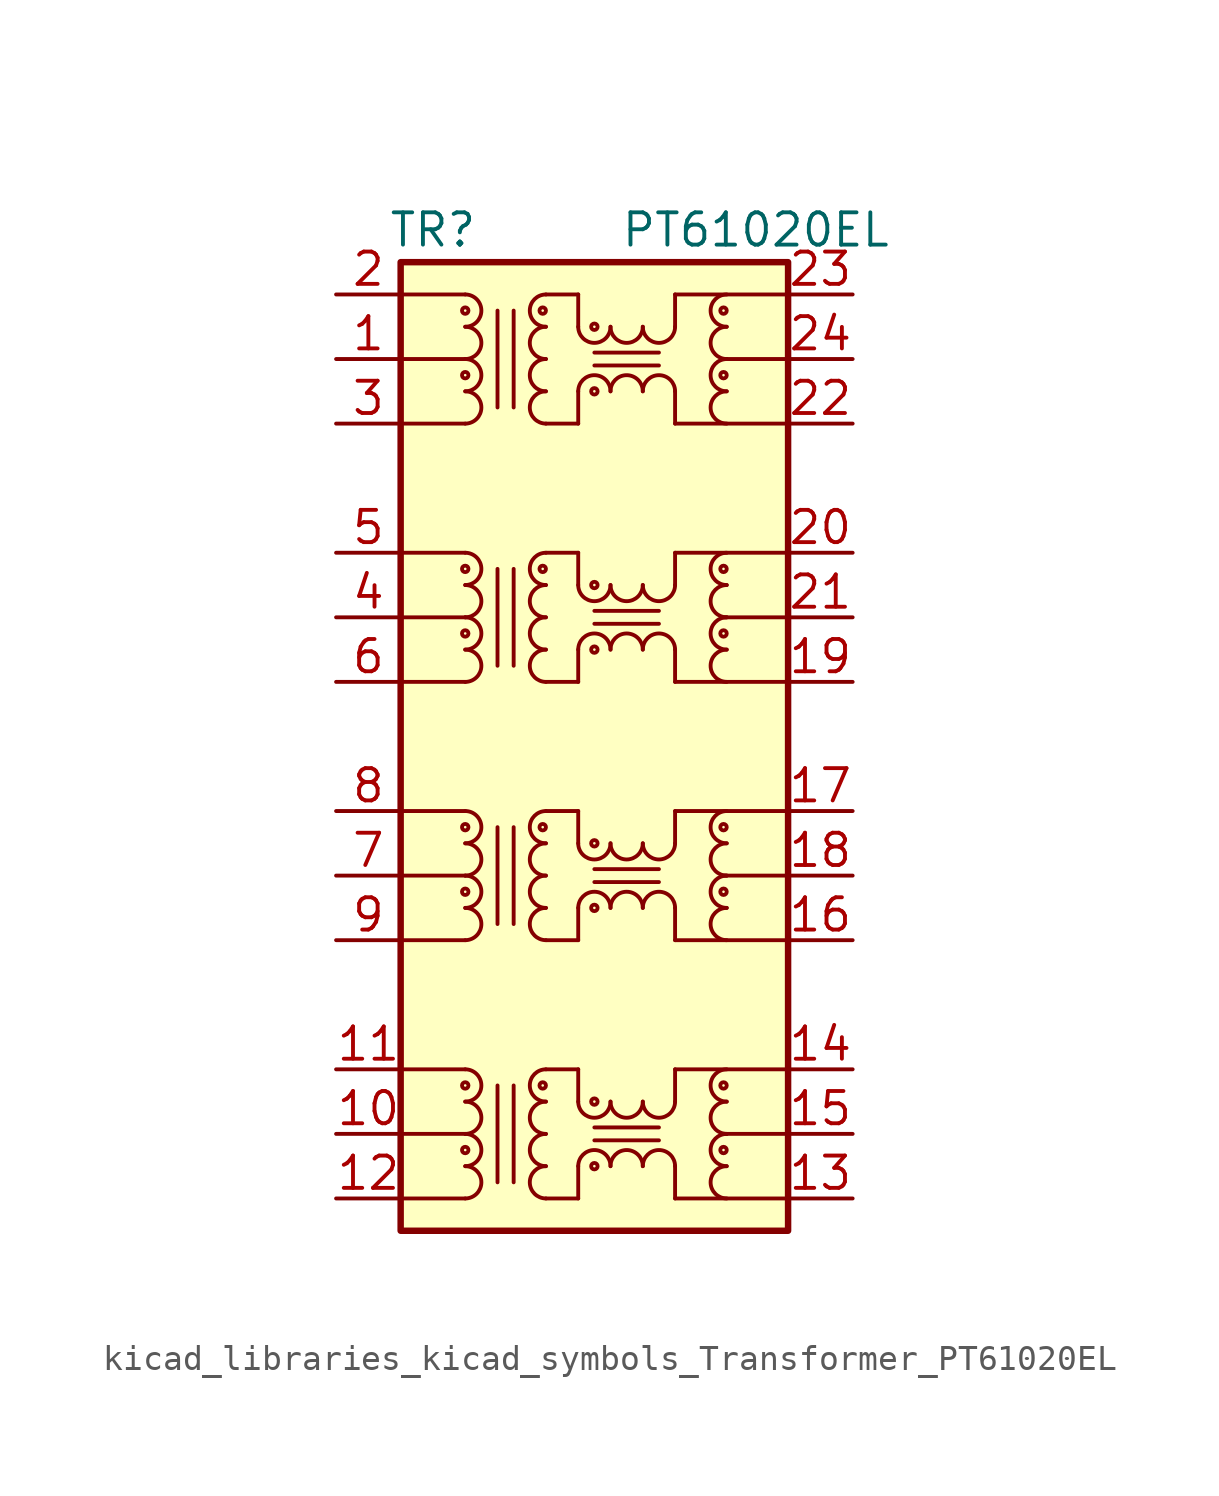
<source format=kicad_sym>
(kicad_symbol_lib
  (version 20220914)
  (generator kicad_symbol_editor)
  (symbol "kicad_libraries_kicad_symbols_Transformer_PT61020EL"
    (pin_names hide)
    (property "Reference" "TR"
      (at -6.35 20.32 0)
      (effects (font (size 1.27 1.27))))
    (property "Value" "PT61020EL"
      (at 6.35 20.32 0)
      (effects (font (size 1.27 1.27))))
    (symbol "kicad_libraries_kicad_symbols_Transformer_PT61020EL_0_1"
      (rectangle (start -7.62 19.05) (end 7.62 -19.05) (stroke (width 0.254) (type default)) (fill (type background)))
      (polyline (pts (xy -7.62 -17.78) (xy -5.08 -17.78)) (stroke (width 0) (type default)) (fill (type none)))
      (polyline (pts (xy -7.62 -15.24) (xy -5.08 -15.24)) (stroke (width 0) (type default)) (fill (type none)))
      (polyline (pts (xy -7.62 -12.7) (xy -5.08 -12.7)) (stroke (width 0) (type default)) (fill (type none)))
      (polyline (pts (xy -7.62 -7.62) (xy -5.08 -7.62)) (stroke (width 0) (type default)) (fill (type none)))
      (polyline (pts (xy -7.62 -5.08) (xy -5.08 -5.08)) (stroke (width 0) (type default)) (fill (type none)))
      (polyline (pts (xy -7.62 -2.54) (xy -5.08 -2.54)) (stroke (width 0) (type default)) (fill (type none)))
      (polyline (pts (xy -7.62 2.54) (xy -5.08 2.54)) (stroke (width 0) (type default)) (fill (type none)))
      (polyline (pts (xy -7.62 5.08) (xy -5.08 5.08)) (stroke (width 0) (type default)) (fill (type none)))
      (polyline (pts (xy -7.62 7.62) (xy -5.08 7.62)) (stroke (width 0) (type default)) (fill (type none)))
      (polyline (pts (xy -7.62 12.7) (xy -5.08 12.7)) (stroke (width 0) (type default)) (fill (type none)))
      (polyline (pts (xy -7.62 15.24) (xy -5.08 15.24)) (stroke (width 0) (type default)) (fill (type none)))
      (polyline (pts (xy -7.62 17.78) (xy -5.08 17.78)) (stroke (width 0) (type default)) (fill (type none)))
      (polyline (pts (xy -1.905 -17.78) (xy -0.635 -17.78)) (stroke (width 0) (type default)) (fill (type none)))
      (polyline (pts (xy -1.905 -12.7) (xy -0.635 -12.7)) (stroke (width 0) (type default)) (fill (type none)))
      (polyline (pts (xy -1.905 -7.62) (xy -0.635 -7.62)) (stroke (width 0) (type default)) (fill (type none)))
      (polyline (pts (xy -1.905 -2.54) (xy -0.635 -2.54)) (stroke (width 0) (type default)) (fill (type none)))
      (polyline (pts (xy -1.905 2.54) (xy -0.635 2.54)) (stroke (width 0) (type default)) (fill (type none)))
      (polyline (pts (xy -1.905 7.62) (xy -0.635 7.62)) (stroke (width 0) (type default)) (fill (type none)))
      (polyline (pts (xy -1.905 12.7) (xy -0.635 12.7)) (stroke (width 0) (type default)) (fill (type none)))
      (polyline (pts (xy -1.905 17.78) (xy -0.635 17.78)) (stroke (width 0) (type default)) (fill (type none)))
      (polyline (pts (xy -0.635 -16.51) (xy -0.635 -17.78)) (stroke (width 0) (type default)) (fill (type none)))
      (polyline (pts (xy -0.635 -12.7) (xy -0.635 -13.97)) (stroke (width 0) (type default)) (fill (type none)))
      (polyline (pts (xy -0.635 -6.35) (xy -0.635 -7.62)) (stroke (width 0) (type default)) (fill (type none)))
      (polyline (pts (xy -0.635 -2.54) (xy -0.635 -3.81)) (stroke (width 0) (type default)) (fill (type none)))
      (polyline (pts (xy -0.635 3.81) (xy -0.635 2.54)) (stroke (width 0) (type default)) (fill (type none)))
      (polyline (pts (xy -0.635 7.62) (xy -0.635 6.35)) (stroke (width 0) (type default)) (fill (type none)))
      (polyline (pts (xy -0.635 13.97) (xy -0.635 12.7)) (stroke (width 0) (type default)) (fill (type none)))
      (polyline (pts (xy -0.635 17.78) (xy -0.635 16.51)) (stroke (width 0) (type default)) (fill (type none)))
      (polyline (pts (xy 3.175 -17.78) (xy 3.175 -16.51)) (stroke (width 0) (type default)) (fill (type none)))
      (polyline (pts (xy 3.175 -17.78) (xy 7.62 -17.78)) (stroke (width 0) (type default)) (fill (type none)))
      (polyline (pts (xy 3.175 -13.97) (xy 3.175 -12.7)) (stroke (width 0) (type default)) (fill (type none)))
      (polyline (pts (xy 3.175 -12.7) (xy 7.62 -12.7)) (stroke (width 0) (type default)) (fill (type none)))
      (polyline (pts (xy 3.175 -7.62) (xy 3.175 -6.35)) (stroke (width 0) (type default)) (fill (type none)))
      (polyline (pts (xy 3.175 -7.62) (xy 7.62 -7.62)) (stroke (width 0) (type default)) (fill (type none)))
      (polyline (pts (xy 3.175 -3.81) (xy 3.175 -2.54)) (stroke (width 0) (type default)) (fill (type none)))
      (polyline (pts (xy 3.175 -2.54) (xy 7.62 -2.54)) (stroke (width 0) (type default)) (fill (type none)))
      (polyline (pts (xy 3.175 2.54) (xy 3.175 3.81)) (stroke (width 0) (type default)) (fill (type none)))
      (polyline (pts (xy 3.175 2.54) (xy 7.62 2.54)) (stroke (width 0) (type default)) (fill (type none)))
      (polyline (pts (xy 3.175 6.35) (xy 3.175 7.62)) (stroke (width 0) (type default)) (fill (type none)))
      (polyline (pts (xy 3.175 7.62) (xy 7.62 7.62)) (stroke (width 0) (type default)) (fill (type none)))
      (polyline (pts (xy 3.175 12.7) (xy 3.175 13.97)) (stroke (width 0) (type default)) (fill (type none)))
      (polyline (pts (xy 3.175 12.7) (xy 7.62 12.7)) (stroke (width 0) (type default)) (fill (type none)))
      (polyline (pts (xy 3.175 16.51) (xy 3.175 17.78)) (stroke (width 0) (type default)) (fill (type none)))
      (polyline (pts (xy 3.175 17.78) (xy 7.62 17.78)) (stroke (width 0) (type default)) (fill (type none)))
      (polyline (pts (xy 5.08 -15.24) (xy 7.62 -15.24)) (stroke (width 0) (type default)) (fill (type none)))
      (polyline (pts (xy 5.08 -5.08) (xy 7.62 -5.08)) (stroke (width 0) (type default)) (fill (type none)))
      (polyline (pts (xy 5.08 5.08) (xy 7.62 5.08)) (stroke (width 0) (type default)) (fill (type none)))
      (polyline (pts (xy 5.08 15.24) (xy 7.62 15.24)) (stroke (width 0) (type default)) (fill (type none)))
      (polyline (pts (xy 7.62 15.24) (xy 7.62 15.24)) (stroke (width 0) (type default)) (fill (type none)))
      (pin passive line (at -10.16 15.24 0) (length 2.54) (name "TCT1" (effects (font (size 1.27 1.27)))) (number "1" (effects (font (size 1.27 1.27)))))
      (pin passive line (at -10.16 -15.24 0) (length 2.54) (name "TCT4" (effects (font (size 1.27 1.27)))) (number "10" (effects (font (size 1.27 1.27)))))
      (pin passive line (at -10.16 -12.7 0) (length 2.54) (name "TD4+" (effects (font (size 1.27 1.27)))) (number "11" (effects (font (size 1.27 1.27)))))
      (pin passive line (at -10.16 -17.78 0) (length 2.54) (name "TD4-" (effects (font (size 1.27 1.27)))) (number "12" (effects (font (size 1.27 1.27)))))
      (pin passive line (at 10.16 -17.78 180) (length 2.54) (name "MX4-" (effects (font (size 1.27 1.27)))) (number "13" (effects (font (size 1.27 1.27)))))
      (pin passive line (at 10.16 -12.7 180) (length 2.54) (name "MX4+" (effects (font (size 1.27 1.27)))) (number "14" (effects (font (size 1.27 1.27)))))
      (pin passive line (at 10.16 -15.24 180) (length 2.54) (name "MCT4" (effects (font (size 1.27 1.27)))) (number "15" (effects (font (size 1.27 1.27)))))
      (pin passive line (at 10.16 -7.62 180) (length 2.54) (name "MX3-" (effects (font (size 1.27 1.27)))) (number "16" (effects (font (size 1.27 1.27)))))
      (pin passive line (at 10.16 -2.54 180) (length 2.54) (name "MX3+" (effects (font (size 1.27 1.27)))) (number "17" (effects (font (size 1.27 1.27)))))
      (pin passive line (at 10.16 -5.08 180) (length 2.54) (name "MCT3" (effects (font (size 1.27 1.27)))) (number "18" (effects (font (size 1.27 1.27)))))
      (pin passive line (at 10.16 2.54 180) (length 2.54) (name "MX2-" (effects (font (size 1.27 1.27)))) (number "19" (effects (font (size 1.27 1.27)))))
      (pin passive line (at -10.16 17.78 0) (length 2.54) (name "TD1+" (effects (font (size 1.27 1.27)))) (number "2" (effects (font (size 1.27 1.27)))))
      (pin passive line (at 10.16 7.62 180) (length 2.54) (name "MX2+" (effects (font (size 1.27 1.27)))) (number "20" (effects (font (size 1.27 1.27)))))
      (pin passive line (at 10.16 5.08 180) (length 2.54) (name "MCT2" (effects (font (size 1.27 1.27)))) (number "21" (effects (font (size 1.27 1.27)))))
      (pin passive line (at 10.16 12.7 180) (length 2.54) (name "MX1-" (effects (font (size 1.27 1.27)))) (number "22" (effects (font (size 1.27 1.27)))))
      (pin passive line (at 10.16 17.78 180) (length 2.54) (name "MX1+" (effects (font (size 1.27 1.27)))) (number "23" (effects (font (size 1.27 1.27)))))
      (pin passive line (at 10.16 15.24 180) (length 2.54) (name "MCT1" (effects (font (size 1.27 1.27)))) (number "24" (effects (font (size 1.27 1.27)))))
      (pin passive line (at -10.16 12.7 0) (length 2.54) (name "TD1-" (effects (font (size 1.27 1.27)))) (number "3" (effects (font (size 1.27 1.27)))))
      (pin passive line (at -10.16 5.08 0) (length 2.54) (name "TCT2" (effects (font (size 1.27 1.27)))) (number "4" (effects (font (size 1.27 1.27)))))
      (pin passive line (at -10.16 7.62 0) (length 2.54) (name "TD2+" (effects (font (size 1.27 1.27)))) (number "5" (effects (font (size 1.27 1.27)))))
      (pin passive line (at -10.16 2.54 0) (length 2.54) (name "TD2-" (effects (font (size 1.27 1.27)))) (number "6" (effects (font (size 1.27 1.27)))))
      (pin passive line (at -10.16 -5.08 0) (length 2.54) (name "TCT3" (effects (font (size 1.27 1.27)))) (number "7" (effects (font (size 1.27 1.27)))))
      (pin passive line (at -10.16 -2.54 0) (length 2.54) (name "TD3+" (effects (font (size 1.27 1.27)))) (number "8" (effects (font (size 1.27 1.27)))))
      (pin passive line (at -10.16 -7.62 0) (length 2.54) (name "TD3-" (effects (font (size 1.27 1.27)))) (number "9" (effects (font (size 1.27 1.27))))))
    (symbol "kicad_libraries_kicad_symbols_Transformer_PT61020EL_1_1"
      (arc (start -5.08 -17.78) (mid -4.4477 -17.145) (end -5.08 -16.51) (stroke (width 0) (type default)) (fill (type none)))
      (arc (start -5.08 -16.51) (mid -4.4477 -15.875) (end -5.08 -15.24) (stroke (width 0) (type default)) (fill (type none)))
      (circle (center -5.08 -15.875) (radius 0.127) (stroke (width 0) (type default)) (fill (type none)))
      (arc (start -5.08 -15.24) (mid -4.4477 -14.605) (end -5.08 -13.97) (stroke (width 0) (type default)) (fill (type none)))
      (arc (start -5.08 -13.97) (mid -4.4477 -13.335) (end -5.08 -12.7) (stroke (width 0) (type default)) (fill (type none)))
      (circle (center -5.08 -13.335) (radius 0.127) (stroke (width 0) (type default)) (fill (type none)))
      (arc (start -5.08 -7.62) (mid -4.4477 -6.985) (end -5.08 -6.35) (stroke (width 0) (type default)) (fill (type none)))
      (arc (start -5.08 -6.35) (mid -4.4477 -5.715) (end -5.08 -5.08) (stroke (width 0) (type default)) (fill (type none)))
      (circle (center -5.08 -5.715) (radius 0.127) (stroke (width 0) (type default)) (fill (type none)))
      (arc (start -5.08 -5.08) (mid -4.4477 -4.445) (end -5.08 -3.81) (stroke (width 0) (type default)) (fill (type none)))
      (arc (start -5.08 -3.81) (mid -4.4477 -3.175) (end -5.08 -2.54) (stroke (width 0) (type default)) (fill (type none)))
      (circle (center -5.08 -3.175) (radius 0.127) (stroke (width 0) (type default)) (fill (type none)))
      (arc (start -5.08 2.54) (mid -4.4477 3.175) (end -5.08 3.81) (stroke (width 0) (type default)) (fill (type none)))
      (arc (start -5.08 3.81) (mid -4.4477 4.445) (end -5.08 5.08) (stroke (width 0) (type default)) (fill (type none)))
      (circle (center -5.08 4.445) (radius 0.127) (stroke (width 0) (type default)) (fill (type none)))
      (arc (start -5.08 5.08) (mid -4.4477 5.715) (end -5.08 6.35) (stroke (width 0) (type default)) (fill (type none)))
      (arc (start -5.08 6.35) (mid -4.4477 6.985) (end -5.08 7.62) (stroke (width 0) (type default)) (fill (type none)))
      (circle (center -5.08 6.985) (radius 0.127) (stroke (width 0) (type default)) (fill (type none)))
      (arc (start -5.08 12.7) (mid -4.4477 13.335) (end -5.08 13.97) (stroke (width 0) (type default)) (fill (type none)))
      (arc (start -5.08 13.97) (mid -4.4477 14.605) (end -5.08 15.24) (stroke (width 0) (type default)) (fill (type none)))
      (circle (center -5.08 14.605) (radius 0.127) (stroke (width 0) (type default)) (fill (type none)))
      (arc (start -5.08 15.24) (mid -4.4477 15.875) (end -5.08 16.51) (stroke (width 0) (type default)) (fill (type none)))
      (arc (start -5.08 16.51) (mid -4.4477 17.145) (end -5.08 17.78) (stroke (width 0) (type default)) (fill (type none)))
      (circle (center -5.08 17.145) (radius 0.127) (stroke (width 0) (type default)) (fill (type none)))
      (circle (center -2.032 -13.335) (radius 0.127) (stroke (width 0) (type default)) (fill (type none)))
      (circle (center -2.032 -3.175) (radius 0.127) (stroke (width 0) (type default)) (fill (type none)))
      (circle (center -2.032 6.985) (radius 0.127) (stroke (width 0) (type default)) (fill (type none)))
      (circle (center -2.032 17.145) (radius 0.127) (stroke (width 0) (type default)) (fill (type none)))
      (arc (start -1.905 -16.51) (mid -2.5373 -17.145) (end -1.905 -17.78) (stroke (width 0) (type default)) (fill (type none)))
      (arc (start -1.905 -15.24) (mid -2.5373 -15.875) (end -1.905 -16.51) (stroke (width 0) (type default)) (fill (type none)))
      (arc (start -1.905 -13.97) (mid -2.5373 -14.605) (end -1.905 -15.24) (stroke (width 0) (type default)) (fill (type none)))
      (arc (start -1.905 -12.7) (mid -2.5373 -13.335) (end -1.905 -13.97) (stroke (width 0) (type default)) (fill (type none)))
      (arc (start -1.905 -6.35) (mid -2.5373 -6.985) (end -1.905 -7.62) (stroke (width 0) (type default)) (fill (type none)))
      (arc (start -1.905 -5.08) (mid -2.5373 -5.715) (end -1.905 -6.35) (stroke (width 0) (type default)) (fill (type none)))
      (arc (start -1.905 -3.81) (mid -2.5373 -4.445) (end -1.905 -5.08) (stroke (width 0) (type default)) (fill (type none)))
      (arc (start -1.905 -2.54) (mid -2.5373 -3.175) (end -1.905 -3.81) (stroke (width 0) (type default)) (fill (type none)))
      (arc (start -1.905 3.81) (mid -2.5373 3.175) (end -1.905 2.54) (stroke (width 0) (type default)) (fill (type none)))
      (arc (start -1.905 5.08) (mid -2.5373 4.445) (end -1.905 3.81) (stroke (width 0) (type default)) (fill (type none)))
      (arc (start -1.905 6.35) (mid -2.5373 5.715) (end -1.905 5.08) (stroke (width 0) (type default)) (fill (type none)))
      (arc (start -1.905 7.62) (mid -2.5373 6.985) (end -1.905 6.35) (stroke (width 0) (type default)) (fill (type none)))
      (arc (start -1.905 13.97) (mid -2.5373 13.335) (end -1.905 12.7) (stroke (width 0) (type default)) (fill (type none)))
      (arc (start -1.905 15.24) (mid -2.5373 14.605) (end -1.905 13.97) (stroke (width 0) (type default)) (fill (type none)))
      (arc (start -1.905 16.51) (mid -2.5373 15.875) (end -1.905 15.24) (stroke (width 0) (type default)) (fill (type none)))
      (arc (start -1.905 17.78) (mid -2.5373 17.145) (end -1.905 16.51) (stroke (width 0) (type default)) (fill (type none)))
      (arc (start -0.635 -13.97) (mid 0 -14.6023) (end 0.635 -13.97) (stroke (width 0) (type default)) (fill (type none)))
      (arc (start -0.635 -3.81) (mid 0 -4.4423) (end 0.635 -3.81) (stroke (width 0) (type default)) (fill (type none)))
      (arc (start -0.635 6.35) (mid 0 5.7177) (end 0.635 6.35) (stroke (width 0) (type default)) (fill (type none)))
      (arc (start -0.635 16.51) (mid 0 15.8777) (end 0.635 16.51) (stroke (width 0) (type default)) (fill (type none)))
      (circle (center 0 -16.51) (radius 0.127) (stroke (width 0) (type default)) (fill (type none)))
      (circle (center 0 -13.97) (radius 0.127) (stroke (width 0) (type default)) (fill (type none)))
      (circle (center 0 -6.35) (radius 0.127) (stroke (width 0) (type default)) (fill (type none)))
      (circle (center 0 -3.81) (radius 0.127) (stroke (width 0) (type default)) (fill (type none)))
      (polyline (pts (xy -3.81 -17.145) (xy -3.81 -13.335)) (stroke (width 0) (type default)) (fill (type none)))
      (polyline (pts (xy -3.81 -6.985) (xy -3.81 -3.175)) (stroke (width 0) (type default)) (fill (type none)))
      (polyline (pts (xy -3.81 3.175) (xy -3.81 6.985)) (stroke (width 0) (type default)) (fill (type none)))
      (polyline (pts (xy -3.81 13.335) (xy -3.81 17.145)) (stroke (width 0) (type default)) (fill (type none)))
      (polyline (pts (xy -3.175 -17.145) (xy -3.175 -13.335)) (stroke (width 0) (type default)) (fill (type none)))
      (polyline (pts (xy -3.175 -6.985) (xy -3.175 -3.175)) (stroke (width 0) (type default)) (fill (type none)))
      (polyline (pts (xy -3.175 3.175) (xy -3.175 6.985)) (stroke (width 0) (type default)) (fill (type none)))
      (polyline (pts (xy -3.175 13.335) (xy -3.175 17.145)) (stroke (width 0) (type default)) (fill (type none)))
      (polyline (pts (xy 2.54 -15.494) (xy 0 -15.494)) (stroke (width 0) (type default)) (fill (type none)))
      (polyline (pts (xy 2.54 -14.986) (xy 0 -14.986)) (stroke (width 0) (type default)) (fill (type none)))
      (polyline (pts (xy 2.54 -5.334) (xy 0 -5.334)) (stroke (width 0) (type default)) (fill (type none)))
      (polyline (pts (xy 2.54 -4.826) (xy 0 -4.826)) (stroke (width 0) (type default)) (fill (type none)))
      (polyline (pts (xy 2.54 4.826) (xy 0 4.826)) (stroke (width 0) (type default)) (fill (type none)))
      (polyline (pts (xy 2.54 5.334) (xy 0 5.334)) (stroke (width 0) (type default)) (fill (type none)))
      (polyline (pts (xy 2.54 14.986) (xy 0 14.986)) (stroke (width 0) (type default)) (fill (type none)))
      (polyline (pts (xy 2.54 15.494) (xy 0 15.494)) (stroke (width 0) (type default)) (fill (type none)))
      (circle (center 0 3.81) (radius 0.127) (stroke (width 0) (type default)) (fill (type none)))
      (circle (center 0 6.35) (radius 0.127) (stroke (width 0) (type default)) (fill (type none)))
      (circle (center 0 13.97) (radius 0.127) (stroke (width 0) (type default)) (fill (type none)))
      (circle (center 0 16.51) (radius 0.127) (stroke (width 0) (type default)) (fill (type none)))
      (arc (start 0.635 -16.51) (mid 0 -15.8777) (end -0.635 -16.51) (stroke (width 0) (type default)) (fill (type none)))
      (arc (start 0.635 -13.97) (mid 1.27 -14.6023) (end 1.905 -13.97) (stroke (width 0) (type default)) (fill (type none)))
      (arc (start 0.635 -6.35) (mid 0 -5.7177) (end -0.635 -6.35) (stroke (width 0) (type default)) (fill (type none)))
      (arc (start 0.635 -3.81) (mid 1.27 -4.4423) (end 1.905 -3.81) (stroke (width 0) (type default)) (fill (type none)))
      (arc (start 0.635 3.81) (mid 0 4.4423) (end -0.635 3.81) (stroke (width 0) (type default)) (fill (type none)))
      (arc (start 0.635 6.35) (mid 1.27 5.7177) (end 1.905 6.35) (stroke (width 0) (type default)) (fill (type none)))
      (arc (start 0.635 13.97) (mid 0 14.6023) (end -0.635 13.97) (stroke (width 0) (type default)) (fill (type none)))
      (arc (start 0.635 16.51) (mid 1.27 15.8777) (end 1.905 16.51) (stroke (width 0) (type default)) (fill (type none)))
      (arc (start 1.905 -16.51) (mid 1.27 -15.8777) (end 0.635 -16.51) (stroke (width 0) (type default)) (fill (type none)))
      (arc (start 1.905 -13.97) (mid 2.54 -14.6023) (end 3.175 -13.97) (stroke (width 0) (type default)) (fill (type none)))
      (arc (start 1.905 -6.35) (mid 1.27 -5.7177) (end 0.635 -6.35) (stroke (width 0) (type default)) (fill (type none)))
      (arc (start 1.905 -3.81) (mid 2.54 -4.4423) (end 3.175 -3.81) (stroke (width 0) (type default)) (fill (type none)))
      (arc (start 1.905 3.81) (mid 1.27 4.4423) (end 0.635 3.81) (stroke (width 0) (type default)) (fill (type none)))
      (arc (start 1.905 6.35) (mid 2.54 5.7177) (end 3.175 6.35) (stroke (width 0) (type default)) (fill (type none)))
      (arc (start 1.905 13.97) (mid 1.27 14.6023) (end 0.635 13.97) (stroke (width 0) (type default)) (fill (type none)))
      (arc (start 1.905 16.51) (mid 2.54 15.8777) (end 3.175 16.51) (stroke (width 0) (type default)) (fill (type none)))
      (arc (start 3.175 -16.51) (mid 2.54 -15.8777) (end 1.905 -16.51) (stroke (width 0) (type default)) (fill (type none)))
      (arc (start 3.175 -6.35) (mid 2.54 -5.7177) (end 1.905 -6.35) (stroke (width 0) (type default)) (fill (type none)))
      (arc (start 3.175 3.81) (mid 2.54 4.4423) (end 1.905 3.81) (stroke (width 0) (type default)) (fill (type none)))
      (arc (start 3.175 13.97) (mid 2.54 14.6023) (end 1.905 13.97) (stroke (width 0) (type default)) (fill (type none)))
      (circle (center 5.08 -15.875) (radius 0.127) (stroke (width 0) (type default)) (fill (type none)))
      (circle (center 5.08 -13.335) (radius 0.127) (stroke (width 0) (type default)) (fill (type none)))
      (circle (center 5.08 -5.715) (radius 0.127) (stroke (width 0) (type default)) (fill (type none)))
      (circle (center 5.08 -3.175) (radius 0.127) (stroke (width 0) (type default)) (fill (type none)))
      (circle (center 5.08 4.445) (radius 0.127) (stroke (width 0) (type default)) (fill (type none)))
      (circle (center 5.08 6.985) (radius 0.127) (stroke (width 0) (type default)) (fill (type none)))
      (circle (center 5.08 14.605) (radius 0.127) (stroke (width 0) (type default)) (fill (type none)))
      (circle (center 5.08 17.145) (radius 0.127) (stroke (width 0) (type default)) (fill (type none)))
      (arc (start 5.207 -16.51) (mid 4.5747 -17.145) (end 5.207 -17.78) (stroke (width 0) (type default)) (fill (type none)))
      (arc (start 5.207 -15.24) (mid 4.5747 -15.875) (end 5.207 -16.51) (stroke (width 0) (type default)) (fill (type none)))
      (arc (start 5.207 -13.97) (mid 4.5747 -14.605) (end 5.207 -15.24) (stroke (width 0) (type default)) (fill (type none)))
      (arc (start 5.207 -12.7) (mid 4.5747 -13.335) (end 5.207 -13.97) (stroke (width 0) (type default)) (fill (type none)))
      (arc (start 5.207 -6.35) (mid 4.5747 -6.985) (end 5.207 -7.62) (stroke (width 0) (type default)) (fill (type none)))
      (arc (start 5.207 -5.08) (mid 4.5747 -5.715) (end 5.207 -6.35) (stroke (width 0) (type default)) (fill (type none)))
      (arc (start 5.207 -3.81) (mid 4.5747 -4.445) (end 5.207 -5.08) (stroke (width 0) (type default)) (fill (type none)))
      (arc (start 5.207 -2.54) (mid 4.5747 -3.175) (end 5.207 -3.81) (stroke (width 0) (type default)) (fill (type none)))
      (arc (start 5.207 3.81) (mid 4.5747 3.175) (end 5.207 2.54) (stroke (width 0) (type default)) (fill (type none)))
      (arc (start 5.207 5.08) (mid 4.5747 4.445) (end 5.207 3.81) (stroke (width 0) (type default)) (fill (type none)))
      (arc (start 5.207 6.35) (mid 4.5747 5.715) (end 5.207 5.08) (stroke (width 0) (type default)) (fill (type none)))
      (arc (start 5.207 7.62) (mid 4.5747 6.985) (end 5.207 6.35) (stroke (width 0) (type default)) (fill (type none)))
      (arc (start 5.207 13.97) (mid 4.5747 13.335) (end 5.207 12.7) (stroke (width 0) (type default)) (fill (type none)))
      (arc (start 5.207 15.24) (mid 4.5747 14.605) (end 5.207 13.97) (stroke (width 0) (type default)) (fill (type none)))
      (arc (start 5.207 16.51) (mid 4.5747 15.875) (end 5.207 15.24) (stroke (width 0) (type default)) (fill (type none)))
      (arc (start 5.207 17.78) (mid 4.5747 17.145) (end 5.207 16.51) (stroke (width 0) (type default)) (fill (type none))))))
</source>
